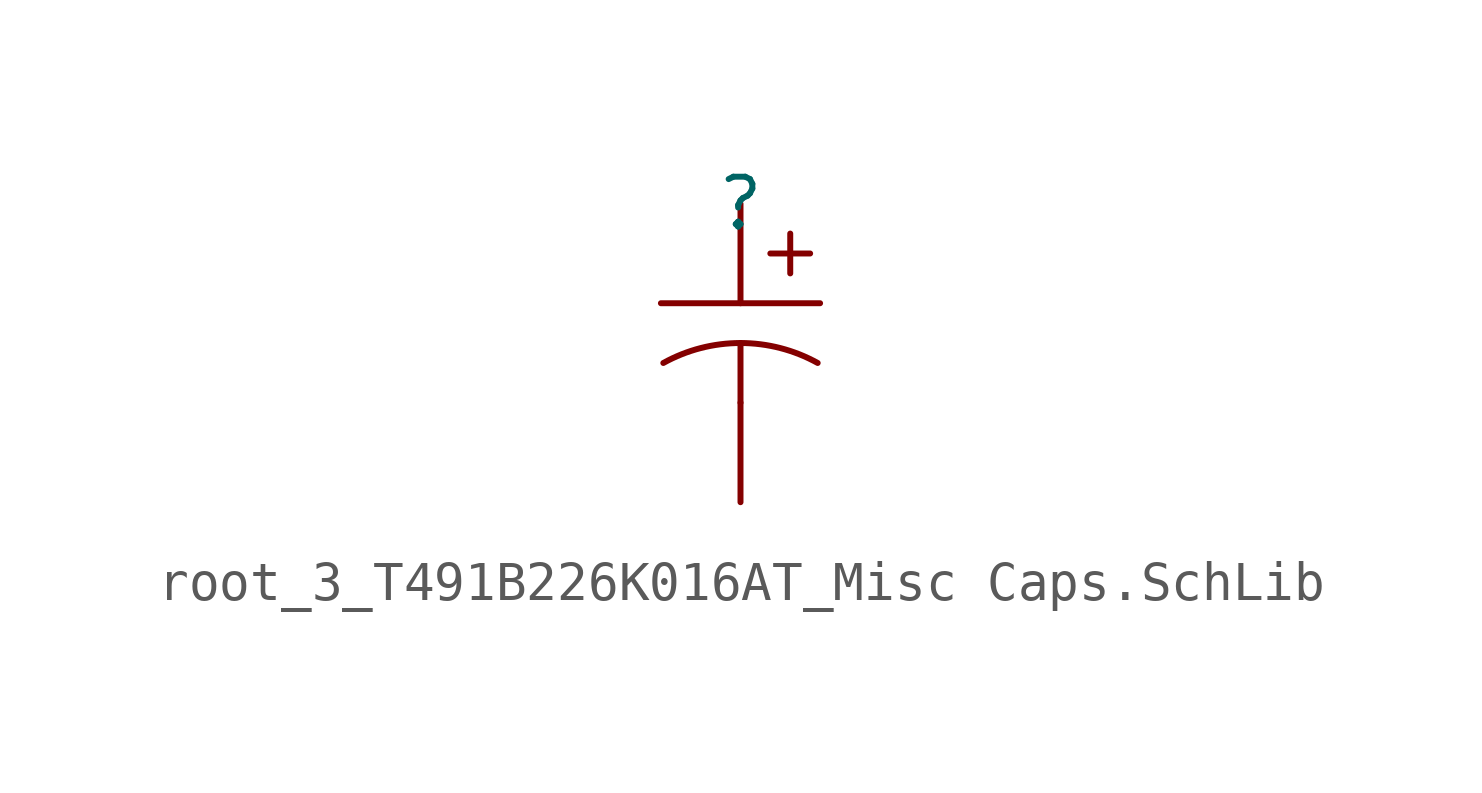
<source format=kicad_sym>
(kicad_symbol_lib
  (version 20241209)
  (generator "kicad_symbol_editor")
  (generator_version "9.0")
  (symbol "root_3_T491B226K016AT_Misc Caps.SchLib"
    (pin_numbers
      (hide yes))
    (pin_names
      (hide yes))
    (property "Reference" ""
      (at 0 0 0)
      (effects (font (size 1.27 1.27))))
    (property "Value" ""
      (at 0 0 0)
      (effects (font (size 1.27 1.27))))
    (symbol "root_3_T491B226K016AT_Misc Caps.SchLib_1_0"
      (polyline (pts (xy -2.032 -2.54) (xy 2.032 -2.54)) (stroke (width 0) (type solid)) (fill (type none)))
      (polyline (pts (xy 0 -3.556) (xy 0 -5.08)) (stroke (width 0) (type solid)) (fill (type none)))
      (arc (start -1.9703 -4.0655) (mid -1.0176 -3.6854) (end 0 -3.556) (stroke (width 0) (type solid)) (fill (type none)))
      (arc (start 0 -3.556) (mid 1.0175 -3.6854) (end 1.9703 -4.0655) (stroke (width 0) (type solid)) (fill (type none)))
      (polyline (pts (xy 0.762 -1.27) (xy 1.778 -1.27)) (stroke (width 0) (type solid)) (fill (type none)))
      (polyline (pts (xy 1.27 -1.778) (xy 1.27 -0.762)) (stroke (width 0) (type solid)) (fill (type none)))
      (pin passive line (at 0 0 270) (length 2.54) (name "1" (effects (font (size 1.27 1.27)))) (number "1" (effects (font (size 1.27 1.27)))))
      (pin passive line (at 0 -7.62 90) (length 2.54) (name "2" (effects (font (size 1.27 1.27)))) (number "2" (effects (font (size 1.27 1.27))))))))
</source>
